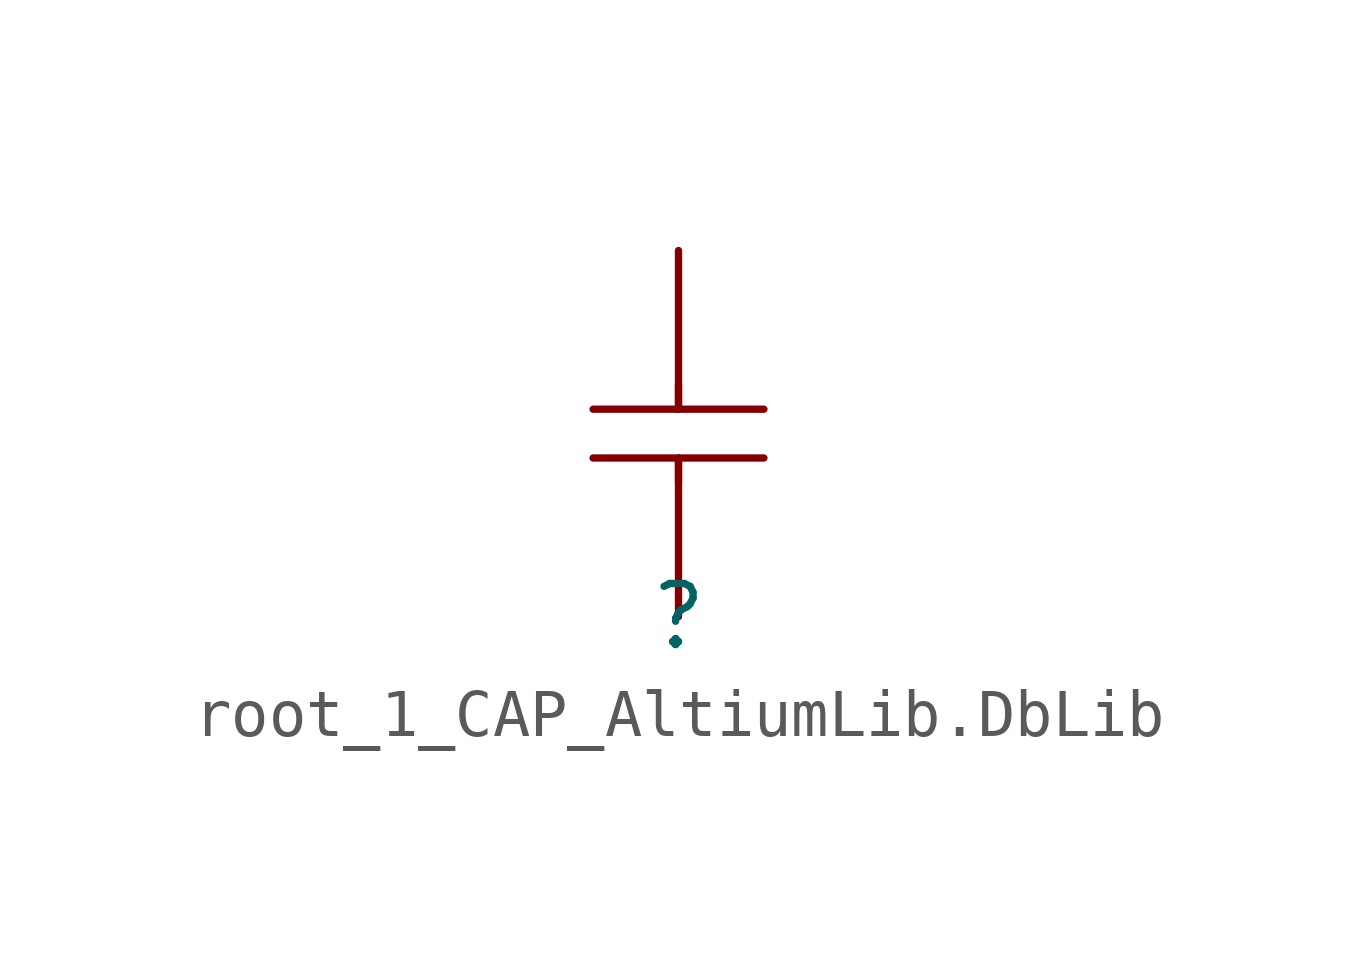
<source format=kicad_sym>
(kicad_symbol_lib
  (version 20241209)
  (generator "kicad_symbol_editor")
  (generator_version "9.0")
  (symbol "root_1_CAP_AltiumLib.DbLib"
    (pin_numbers
      (hide yes))
    (pin_names
      (hide yes))
    (property "Reference" ""
      (at 0 0 0)
      (effects (font (size 1.27 1.27))))
    (property "Value" ""
      (at 0 0 0)
      (effects (font (size 1.27 1.27))))
    (symbol "root_1_CAP_AltiumLib.DbLib_1_0"
      (polyline (pts (xy 0 4.318) (xy 0 4.826)) (stroke (width 0) (type solid)) (fill (type none)))
      (polyline (pts (xy 0 3.302) (xy 0 2.794)) (stroke (width 0) (type solid)) (fill (type none)))
      (polyline (pts (xy 1.778 4.318) (xy -1.778 4.318)) (stroke (width 0) (type solid)) (fill (type none)))
      (polyline (pts (xy 1.778 3.302) (xy -1.778 3.302)) (stroke (width 0) (type solid)) (fill (type none)))
      (pin passive line (at 0 7.62 270) (length 3.302) (name "2" (effects (font (size 1.27 1.27)))) (number "2" (effects (font (size 1.27 1.27)))))
      (pin passive line (at 0 0 90) (length 3.302) (name "1" (effects (font (size 1.27 1.27)))) (number "1" (effects (font (size 1.27 1.27))))))))
</source>
